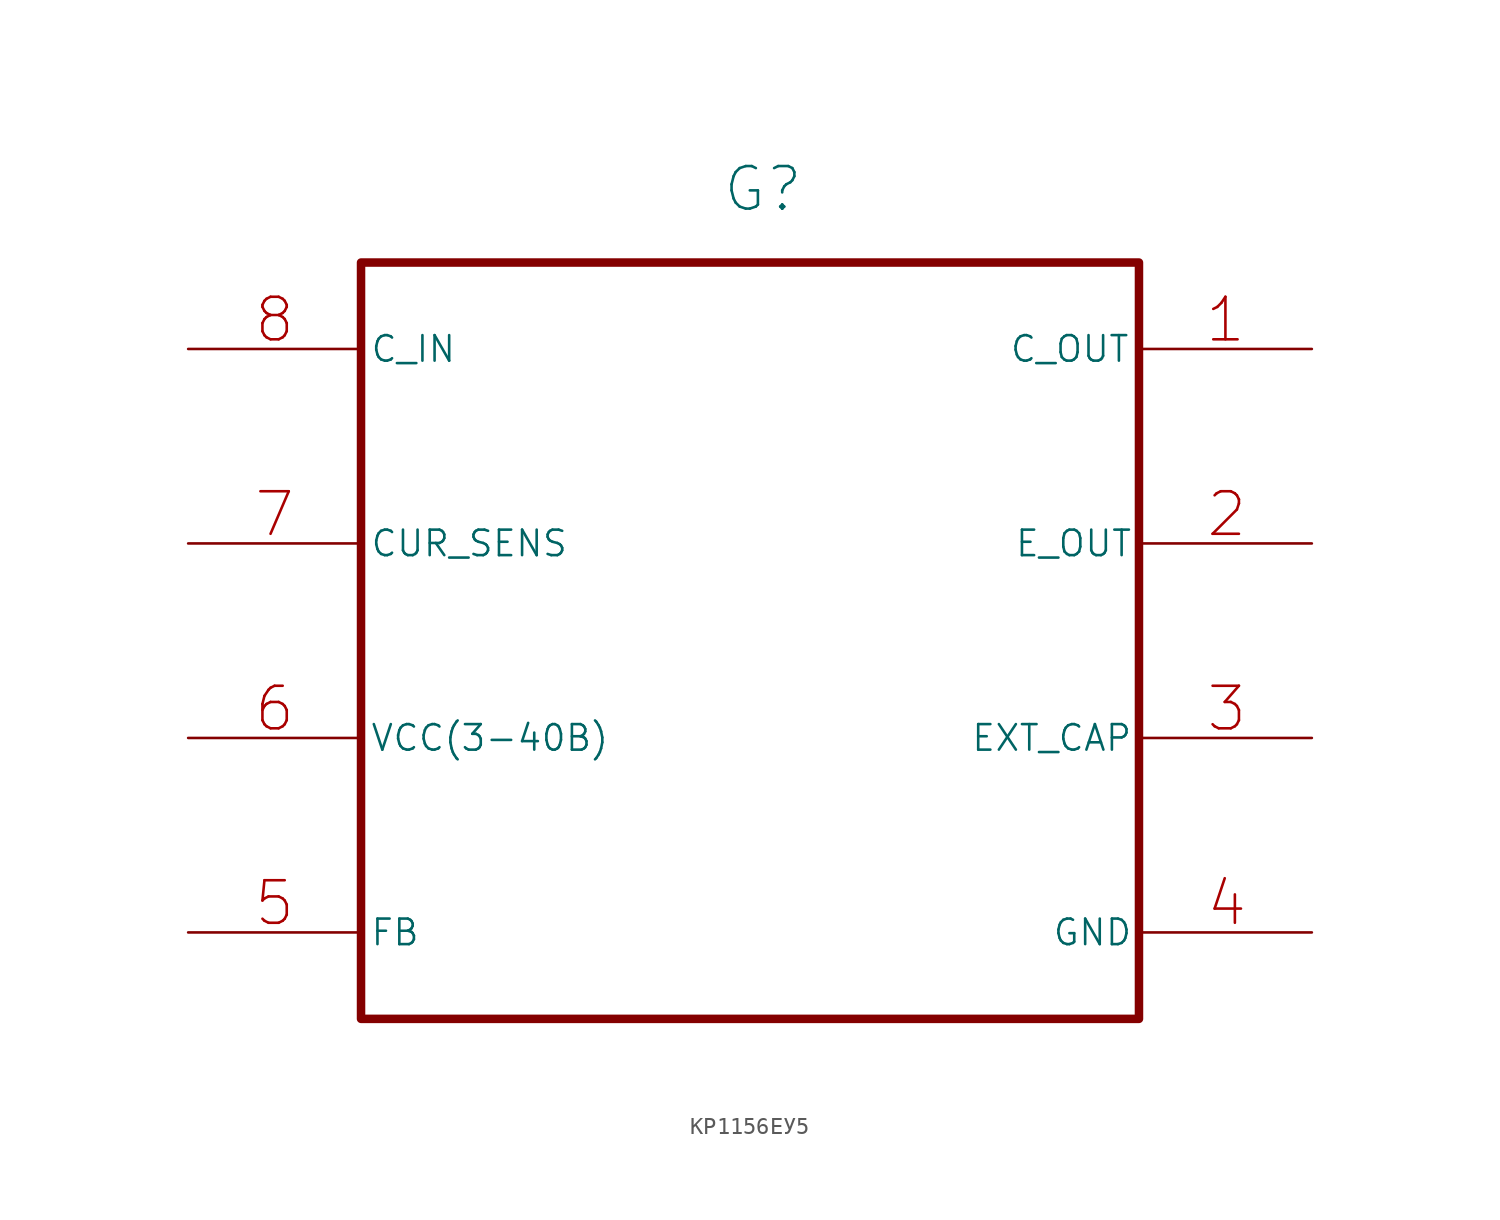
<source format=kicad_sym>
(kicad_symbol_lib
  (version 20241209)
  (generator "kicad_symbol_editor")
  (generator_version "9.0")
  (symbol "КР1156ЕУ5"
    (property "Reference" "G"
      (at 23.622 48.768 0)
      (effects (font (size 2.5 2.5))))
    (property "Value" ""
      (at 0 0 0)
      (effects (font (size 1.27 1.27))))
    (symbol "КР1156ЕУ5_1_1"
      (rectangle (start 0 44.45) (end 45.72 0) (stroke (width 0.5) (type solid)) (fill (type none)))
      (pin input line (at -10.16 39.37 0) (length 10.16) (name "C_IN" (effects (font (size 1.5 1.5)))) (number "8" (effects (font (size 2.5 2.5)))))
      (pin input line (at -10.16 27.94 0) (length 10.16) (name "CUR_SENS" (effects (font (size 1.5 1.5)))) (number "7" (effects (font (size 2.5 2.5)))))
      (pin input line (at -10.16 16.51 0) (length 10.16) (name "VCC(3-40B)" (effects (font (size 1.5 1.5)))) (number "6" (effects (font (size 2.5 2.5)))))
      (pin power_in line (at -10.16 5.08 0) (length 10.16) (name "FB" (effects (font (size 1.5 1.5)))) (number "5" (effects (font (size 2.5 2.5)))))
      (pin input line (at 55.88 39.37 180) (length 10.16) (name "C_OUT\n" (effects (font (size 1.5 1.5)))) (number "1" (effects (font (size 2.5 2.5)))))
      (pin output line (at 55.88 27.94 180) (length 10) (name "E_OUT" (effects (font (size 1.5 1.5)))) (number "2" (effects (font (size 2.5 2.5)))))
      (pin output line (at 55.88 16.51 180) (length 10) (name "EXT_CAP" (effects (font (size 1.5 1.5)))) (number "3" (effects (font (size 2.5 2.5)))))
      (pin output line (at 55.88 5.08 180) (length 10) (name "GND" (effects (font (size 1.5 1.5)))) (number "4" (effects (font (size 2.5 2.5))))))))
</source>
